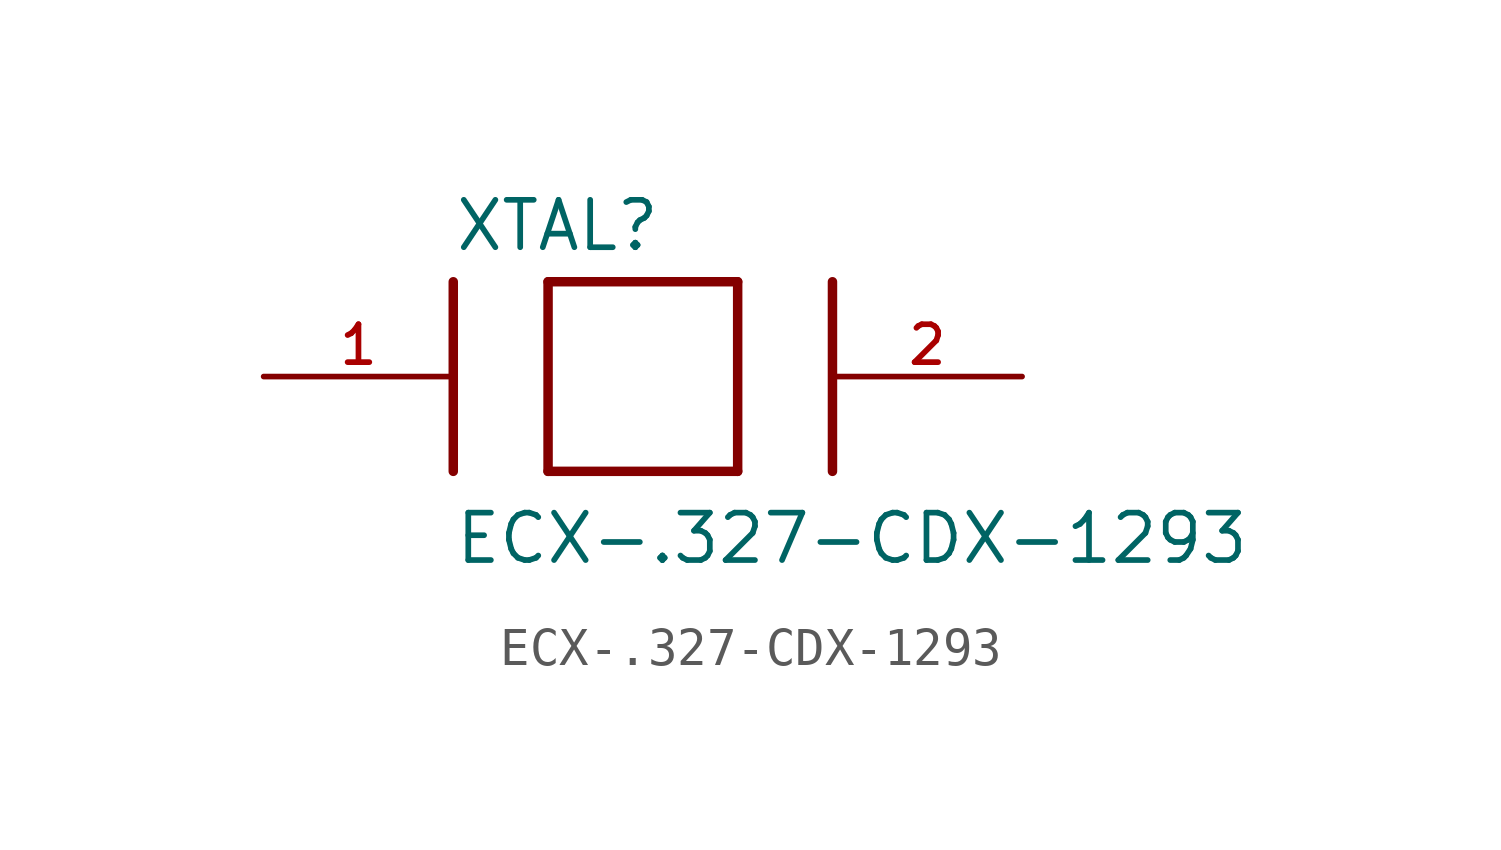
<source format=kicad_sym>
(kicad_symbol_lib
  (version 20211014)
  (generator kicad_symbol_editor)
  (symbol "ECX-.327-CDX-1293"
    (pin_names
      (offset 1.016))
    (property "Reference" "XTAL"
      (at -5.08 3.302 0)
      (effects (font (size 1.27 1.27)) (justify bottom left)))
    (property "Value" "ECX-.327-CDX-1293"
      (at -5.08 -5.08 0)
      (effects (font (size 1.27 1.27)) (justify bottom left)))
    (symbol "ECX-.327-CDX-1293_0_0"
      (polyline (pts (xy -2.54 2.54) (xy -2.54 -2.54)) (stroke (width 0.254)))
      (polyline (pts (xy -2.54 -2.54) (xy 2.54 -2.54)) (stroke (width 0.254)))
      (polyline (pts (xy 2.54 -2.54) (xy 2.54 2.54)) (stroke (width 0.254)))
      (polyline (pts (xy 2.54 2.54) (xy -2.54 2.54)) (stroke (width 0.254)))
      (polyline (pts (xy -5.08 2.54) (xy -5.08 -2.54)) (stroke (width 0.254)))
      (polyline (pts (xy 5.08 2.54) (xy 5.08 -2.54)) (stroke (width 0.254)))
      (pin passive line (at -10.16 0.0 0) (length 5.08) (name "~" (effects (font (size 1.016 1.016)))) (number "1" (effects (font (size 1.016 1.016)))))
      (pin passive line (at 10.16 0.0 180.0) (length 5.08) (name "~" (effects (font (size 1.016 1.016)))) (number "2" (effects (font (size 1.016 1.016))))))))
</source>
